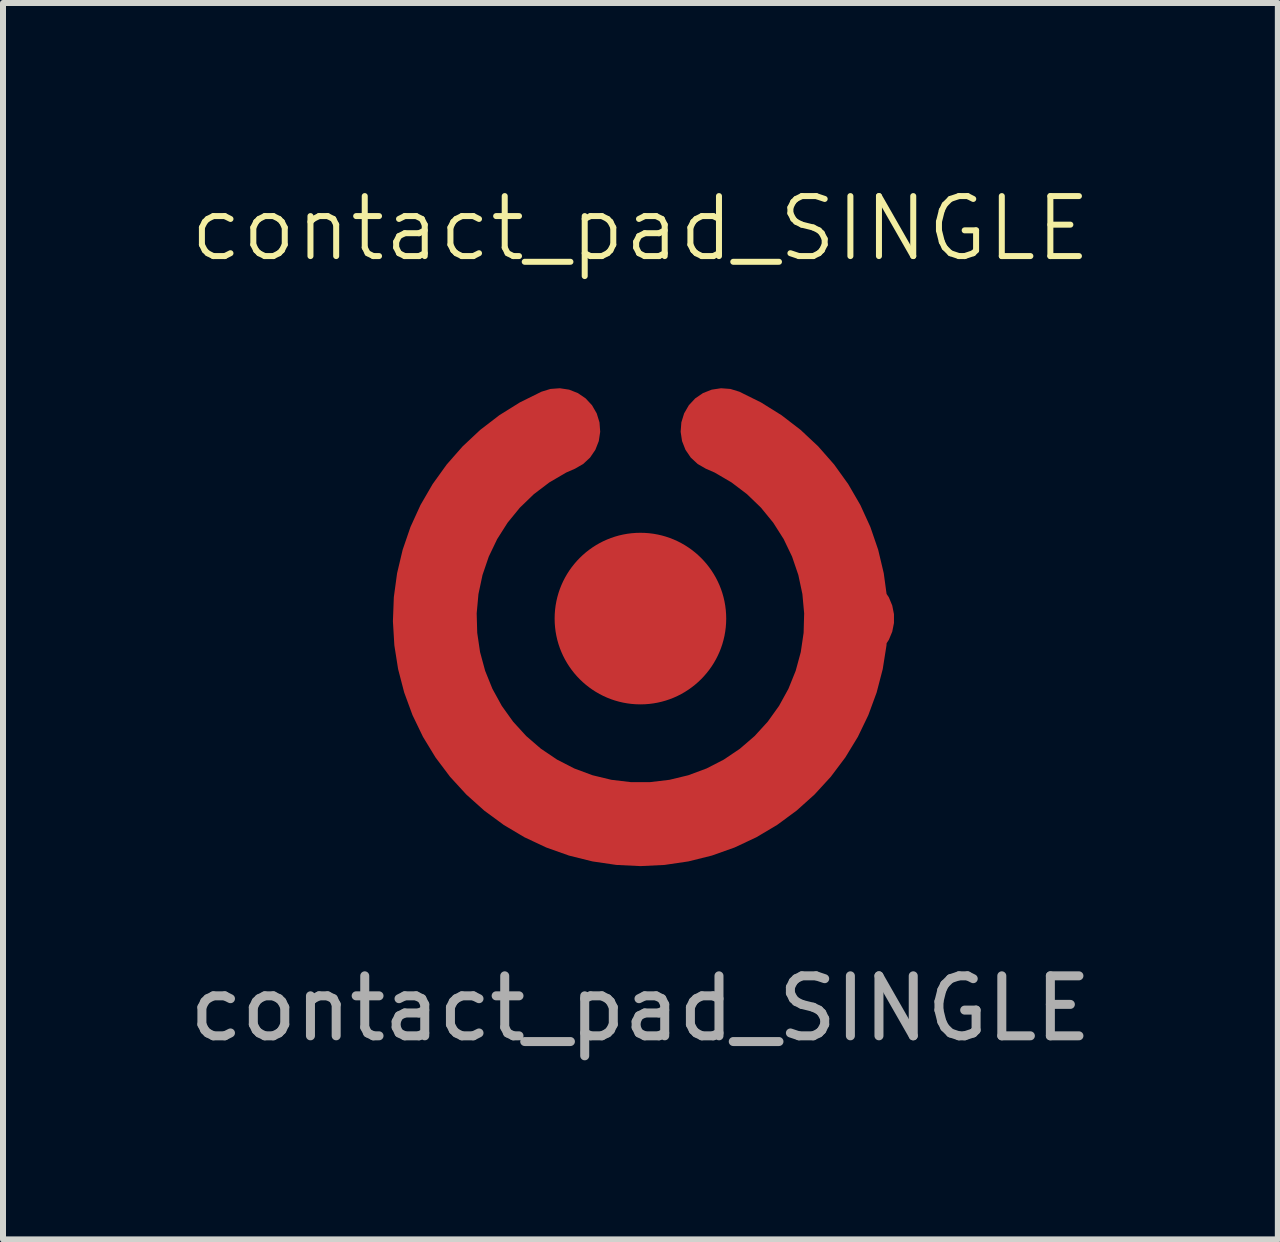
<source format=kicad_pcb>
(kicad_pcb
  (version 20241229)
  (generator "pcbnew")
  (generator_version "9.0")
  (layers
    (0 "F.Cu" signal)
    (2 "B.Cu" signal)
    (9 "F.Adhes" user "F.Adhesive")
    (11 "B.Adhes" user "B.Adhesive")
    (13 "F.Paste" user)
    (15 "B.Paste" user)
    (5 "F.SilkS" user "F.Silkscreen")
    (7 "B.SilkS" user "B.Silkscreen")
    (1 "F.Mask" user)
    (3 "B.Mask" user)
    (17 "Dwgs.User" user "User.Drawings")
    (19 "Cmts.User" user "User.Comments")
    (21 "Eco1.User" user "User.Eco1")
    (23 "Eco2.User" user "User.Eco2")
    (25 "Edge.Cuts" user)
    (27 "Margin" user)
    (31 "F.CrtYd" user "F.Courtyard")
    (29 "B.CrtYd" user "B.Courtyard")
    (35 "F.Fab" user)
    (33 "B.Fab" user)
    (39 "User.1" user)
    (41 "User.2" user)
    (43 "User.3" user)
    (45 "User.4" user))
  (footprint "contact_pad_SINGLE"
    (layer "F.Cu")
    (at 7.625 7.261)
    (property "Reference" "contact_pad_SINGLE" (at 0 -6.5 0) (unlocked yes) (layer "F.SilkS") (effects (font (size 1 1) (thickness 0.1))))
    (attr smd)
    (fp_text user "${REFERENCE}" (at 0 6.5 0) (unlocked yes) (layer "F.Fab") (effects (font (size 1 1) (thickness 0.15))))
    (pad "1" smd circle (at 0 0) (size 2.86 2.86) (layers "F.Cu" "F.Mask"))
    (pad "2" smd custom (at 3.48 0) (size 1.5 1.5) (layers "F.Cu" "F.Mask") (options (anchor circle)) (primitives (gr_arc (start -2.109999 -3.139999) (mid -3.48 3.425857) (end -4.85 -3.139999) (width 1.4)))))
  (gr_rect
    (start -3 -3)
    (end 18.25 17.609)
    (stroke (width 0.1) (type default))
    (fill no)
    (layer "Edge.Cuts")))
</source>
